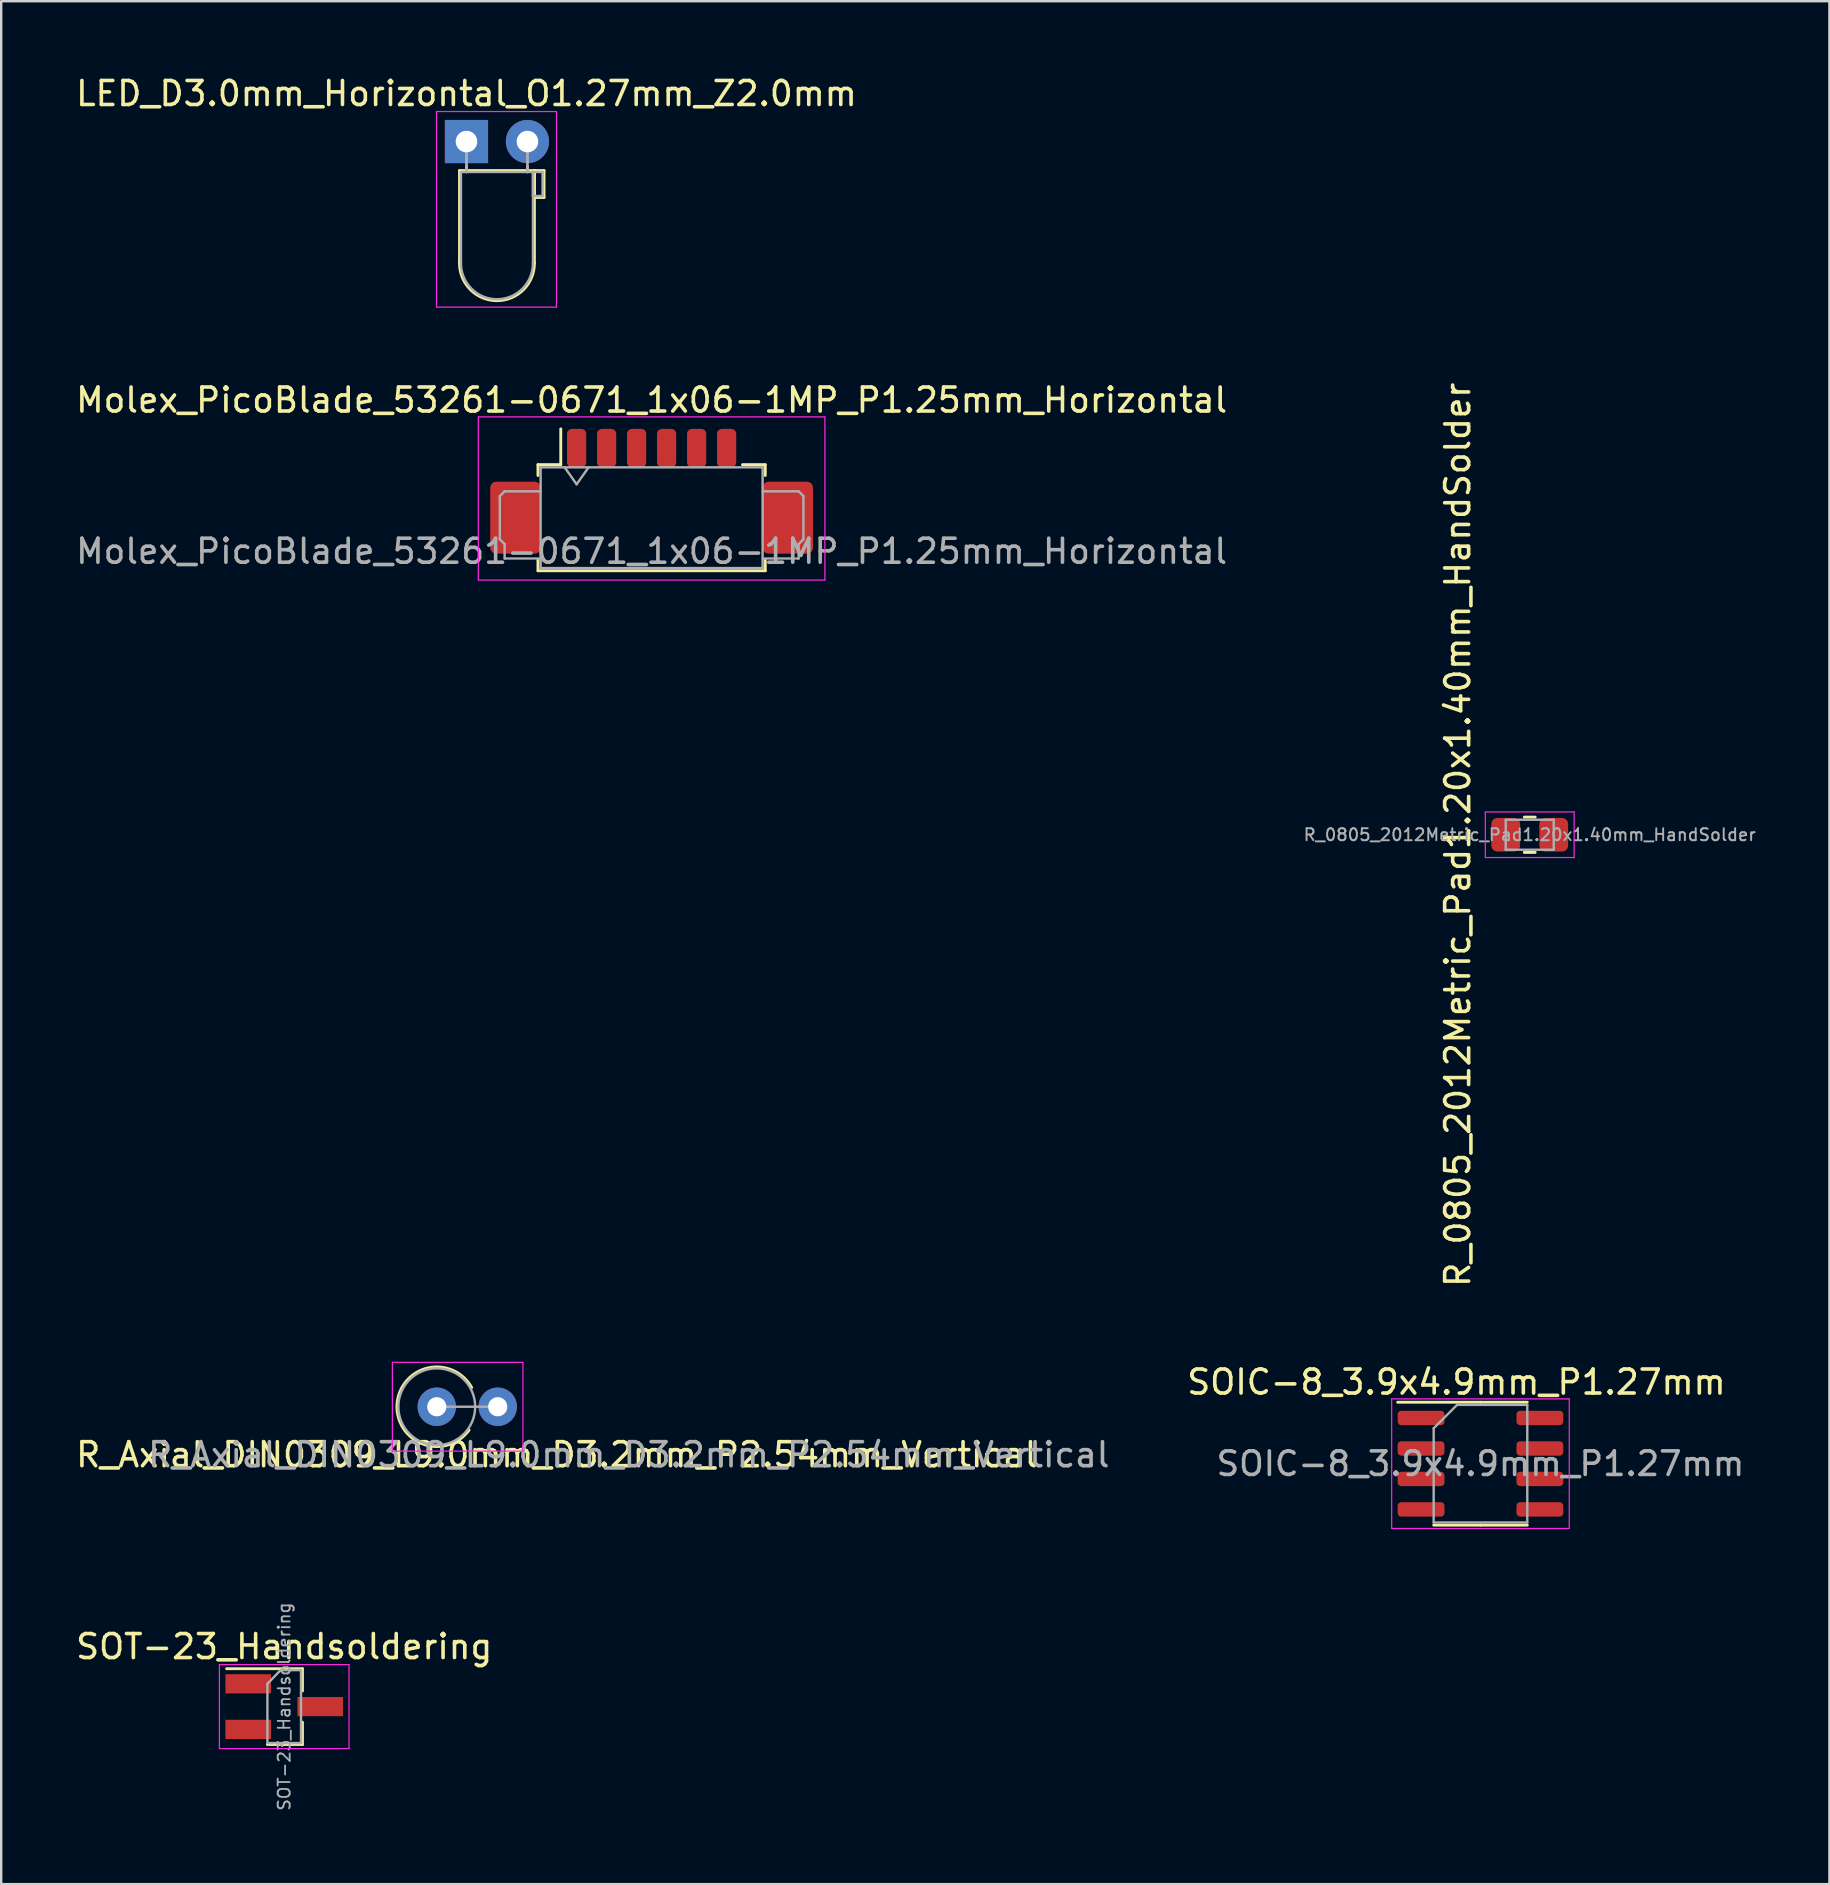
<source format=kicad_pcb>
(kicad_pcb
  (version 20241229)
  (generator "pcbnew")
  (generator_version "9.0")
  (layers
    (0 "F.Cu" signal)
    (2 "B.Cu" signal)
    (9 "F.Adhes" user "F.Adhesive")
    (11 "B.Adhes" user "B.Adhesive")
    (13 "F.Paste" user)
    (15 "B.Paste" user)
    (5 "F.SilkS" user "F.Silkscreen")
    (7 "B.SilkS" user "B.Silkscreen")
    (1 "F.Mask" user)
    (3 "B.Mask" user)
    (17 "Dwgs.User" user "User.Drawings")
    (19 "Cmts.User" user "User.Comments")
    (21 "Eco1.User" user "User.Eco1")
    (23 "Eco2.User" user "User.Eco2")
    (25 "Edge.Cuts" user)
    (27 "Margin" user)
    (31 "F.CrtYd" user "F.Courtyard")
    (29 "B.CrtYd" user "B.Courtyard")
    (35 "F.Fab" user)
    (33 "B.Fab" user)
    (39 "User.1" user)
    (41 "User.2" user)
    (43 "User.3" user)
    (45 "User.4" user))
  (footprint "LED_D3.0mm_Horizontal_O1.27mm_Z2.0mm"
    (layer "F.Cu")
    (at 16.387 2.848)
    (property "Reference" "LED_D3.0mm_Horizontal_O1.27mm_Z2.0mm" (at 0 -2 0) (layer "F.SilkS") (effects (font (size 1 1) (thickness 0.15))))
    (attr through_hole)
    (fp_line (start -0.29 1.21) (end -0.29 5.07) (stroke (width 0.12) (type solid)) (layer "F.SilkS"))
    (fp_line (start -0.29 1.21) (end 2.83 1.21) (stroke (width 0.12) (type solid)) (layer "F.SilkS"))
    (fp_line (start 0 1.08) (end 0 1.08) (stroke (width 0.12) (type solid)) (layer "F.SilkS"))
    (fp_line (start 0 1.08) (end 0 1.21) (stroke (width 0.12) (type solid)) (layer "F.SilkS"))
    (fp_line (start 0 1.21) (end 0 1.08) (stroke (width 0.12) (type solid)) (layer "F.SilkS"))
    (fp_line (start 0 1.21) (end 0 1.21) (stroke (width 0.12) (type solid)) (layer "F.SilkS"))
    (fp_line (start 2.54 1.08) (end 2.54 1.08) (stroke (width 0.12) (type solid)) (layer "F.SilkS"))
    (fp_line (start 2.54 1.08) (end 2.54 1.21) (stroke (width 0.12) (type solid)) (layer "F.SilkS"))
    (fp_line (start 2.54 1.21) (end 2.54 1.08) (stroke (width 0.12) (type solid)) (layer "F.SilkS"))
    (fp_line (start 2.54 1.21) (end 2.54 1.21) (stroke (width 0.12) (type solid)) (layer "F.SilkS"))
    (fp_line (start 2.83 1.21) (end 2.83 5.07) (stroke (width 0.12) (type solid)) (layer "F.SilkS"))
    (fp_line (start 2.83 1.21) (end 3.23 1.21) (stroke (width 0.12) (type solid)) (layer "F.SilkS"))
    (fp_line (start 2.83 2.33) (end 2.83 1.21) (stroke (width 0.12) (type solid)) (layer "F.SilkS"))
    (fp_line (start 3.23 1.21) (end 3.23 2.33) (stroke (width 0.12) (type solid)) (layer "F.SilkS"))
    (fp_line (start 3.23 2.33) (end 2.83 2.33) (stroke (width 0.12) (type solid)) (layer "F.SilkS"))
    (fp_arc (start 2.83 5.07) (mid 1.27 6.63) (end -0.29 5.07) (stroke (width 0.12) (type solid)) (layer "F.SilkS"))
    (fp_line (start -1.25 -1.25) (end -1.25 6.9) (stroke (width 0.05) (type solid)) (layer "F.CrtYd"))
    (fp_line (start -1.25 6.9) (end 3.75 6.9) (stroke (width 0.05) (type solid)) (layer "F.CrtYd"))
    (fp_line (start 3.75 -1.25) (end -1.25 -1.25) (stroke (width 0.05) (type solid)) (layer "F.CrtYd"))
    (fp_line (start 3.75 6.9) (end 3.75 -1.25) (stroke (width 0.05) (type solid)) (layer "F.CrtYd"))
    (fp_line (start -0.23 1.27) (end -0.23 5.07) (stroke (width 0.1) (type solid)) (layer "F.Fab"))
    (fp_line (start -0.23 1.27) (end 2.77 1.27) (stroke (width 0.1) (type solid)) (layer "F.Fab"))
    (fp_line (start 0 0) (end 0 0) (stroke (width 0.1) (type solid)) (layer "F.Fab"))
    (fp_line (start 0 0) (end 0 1.27) (stroke (width 0.1) (type solid)) (layer "F.Fab"))
    (fp_line (start 0 1.27) (end 0 0) (stroke (width 0.1) (type solid)) (layer "F.Fab"))
    (fp_line (start 0 1.27) (end 0 1.27) (stroke (width 0.1) (type solid)) (layer "F.Fab"))
    (fp_line (start 2.54 0) (end 2.54 0) (stroke (width 0.1) (type solid)) (layer "F.Fab"))
    (fp_line (start 2.54 0) (end 2.54 1.27) (stroke (width 0.1) (type solid)) (layer "F.Fab"))
    (fp_line (start 2.54 1.27) (end 2.54 0) (stroke (width 0.1) (type solid)) (layer "F.Fab"))
    (fp_line (start 2.54 1.27) (end 2.54 1.27) (stroke (width 0.1) (type solid)) (layer "F.Fab"))
    (fp_line (start 2.77 1.27) (end 2.77 5.07) (stroke (width 0.1) (type solid)) (layer "F.Fab"))
    (fp_line (start 2.77 1.27) (end 3.17 1.27) (stroke (width 0.1) (type solid)) (layer "F.Fab"))
    (fp_line (start 2.77 2.27) (end 2.77 1.27) (stroke (width 0.1) (type solid)) (layer "F.Fab"))
    (fp_line (start 3.17 1.27) (end 3.17 2.27) (stroke (width 0.1) (type solid)) (layer "F.Fab"))
    (fp_line (start 3.17 2.27) (end 2.77 2.27) (stroke (width 0.1) (type solid)) (layer "F.Fab"))
    (fp_arc (start 2.77 5.07) (mid 1.27 6.57) (end -0.23 5.07) (stroke (width 0.1) (type solid)) (layer "F.Fab"))
    (pad "1" thru_hole rect (at 0 0 180) (size 1.8 1.8) (drill 0.9) (layers "*.Cu" "*.Mask"))
    (pad "2" thru_hole circle (at 2.54 0 180) (size 1.8 1.8) (drill 0.9) (layers "*.Cu" "*.Mask")))
  (footprint "R_0805_2012Metric_Pad1.20x1.40mm_HandSolder"
    (layer "F.Cu")
    (at 60.689 31.732)
    (property "Reference" "R_0805_2012Metric_Pad1.20x1.40mm_HandSolder" (at -3 0 90) (layer "F.SilkS") (effects (font (size 1 1) (thickness 0.15))))
    (attr smd)
    (fp_line (start -0.227 -0.735) (end 0.227 -0.735) (stroke (width 0.12) (type solid)) (layer "F.SilkS"))
    (fp_line (start -0.227 0.735) (end 0.227 0.735) (stroke (width 0.12) (type solid)) (layer "F.SilkS"))
    (fp_line (start -1.85 -0.95) (end 1.85 -0.95) (stroke (width 0.05) (type solid)) (layer "F.CrtYd"))
    (fp_line (start -1.85 0.95) (end -1.85 -0.95) (stroke (width 0.05) (type solid)) (layer "F.CrtYd"))
    (fp_line (start 1.85 -0.95) (end 1.85 0.95) (stroke (width 0.05) (type solid)) (layer "F.CrtYd"))
    (fp_line (start 1.85 0.95) (end -1.85 0.95) (stroke (width 0.05) (type solid)) (layer "F.CrtYd"))
    (fp_line (start -1 -0.625) (end 1 -0.625) (stroke (width 0.1) (type solid)) (layer "F.Fab"))
    (fp_line (start -1 0.625) (end -1 -0.625) (stroke (width 0.1) (type solid)) (layer "F.Fab"))
    (fp_line (start 1 -0.625) (end 1 0.625) (stroke (width 0.1) (type solid)) (layer "F.Fab"))
    (fp_line (start 1 0.625) (end -1 0.625) (stroke (width 0.1) (type solid)) (layer "F.Fab"))
    (fp_text user "${REFERENCE}" (at 0 0 0) (layer "F.Fab") (effects (font (size 0.5 0.5) (thickness 0.08))))
    (pad "1" smd roundrect (at -1 0 180) (size 1.2 1.4) (layers "F.Cu" "F.Mask" "F.Paste") (roundrect_rratio 0.208))
    (pad "2" smd roundrect (at 1 0 180) (size 1.2 1.4) (layers "F.Cu" "F.Mask" "F.Paste") (roundrect_rratio 0.208)))
  (footprint "Molex_PicoBlade_53261-0671_1x06-1MP_P1.25mm_Horizontal"
    (layer "F.Cu")
    (at 24.101 18.021)
    (property "Reference" "Molex_PicoBlade_53261-0671_1x06-1MP_P1.25mm_Horizontal" (at 0 -4.4 0) (layer "F.SilkS") (effects (font (size 1 1) (thickness 0.15))))
    (attr smd)
    (fp_line (start -4.735 -1.71) (end -3.785 -1.71) (stroke (width 0.12) (type solid)) (layer "F.SilkS"))
    (fp_line (start -4.735 -1.26) (end -4.735 -1.71) (stroke (width 0.12) (type solid)) (layer "F.SilkS"))
    (fp_line (start -4.735 2.26) (end -4.735 2.71) (stroke (width 0.12) (type solid)) (layer "F.SilkS"))
    (fp_line (start -4.735 2.71) (end 4.735 2.71) (stroke (width 0.12) (type solid)) (layer "F.SilkS"))
    (fp_line (start -3.785 -1.71) (end -3.785 -3.2) (stroke (width 0.12) (type solid)) (layer "F.SilkS"))
    (fp_line (start 4.735 -1.71) (end 3.785 -1.71) (stroke (width 0.12) (type solid)) (layer "F.SilkS"))
    (fp_line (start 4.735 -1.26) (end 4.735 -1.71) (stroke (width 0.12) (type solid)) (layer "F.SilkS"))
    (fp_line (start 4.735 2.71) (end 4.735 2.26) (stroke (width 0.12) (type solid)) (layer "F.SilkS"))
    (fp_line (start -7.22 -3.7) (end -7.22 3.1) (stroke (width 0.05) (type solid)) (layer "F.CrtYd"))
    (fp_line (start -7.22 3.1) (end 7.22 3.1) (stroke (width 0.05) (type solid)) (layer "F.CrtYd"))
    (fp_line (start 7.22 -3.7) (end -7.22 -3.7) (stroke (width 0.05) (type solid)) (layer "F.CrtYd"))
    (fp_line (start 7.22 3.1) (end 7.22 -3.7) (stroke (width 0.05) (type solid)) (layer "F.CrtYd"))
    (fp_line (start -6.325 -0.4) (end -6.325 1.4) (stroke (width 0.1) (type solid)) (layer "F.Fab"))
    (fp_line (start -6.325 1.4) (end -6.125 1.6) (stroke (width 0.1) (type solid)) (layer "F.Fab"))
    (fp_line (start -6.125 -0.6) (end -6.325 -0.4) (stroke (width 0.1) (type solid)) (layer "F.Fab"))
    (fp_line (start -6.125 1.6) (end -6.125 2.2) (stroke (width 0.1) (type solid)) (layer "F.Fab"))
    (fp_line (start -6.125 2.2) (end -4.625 2.2) (stroke (width 0.1) (type solid)) (layer "F.Fab"))
    (fp_line (start -4.625 -1.6) (end -4.625 2.6) (stroke (width 0.1) (type solid)) (layer "F.Fab"))
    (fp_line (start -4.625 -1.6) (end 4.625 -1.6) (stroke (width 0.1) (type solid)) (layer "F.Fab"))
    (fp_line (start -4.625 -0.6) (end -6.125 -0.6) (stroke (width 0.1) (type solid)) (layer "F.Fab"))
    (fp_line (start -4.625 2.6) (end 4.625 2.6) (stroke (width 0.1) (type solid)) (layer "F.Fab"))
    (fp_line (start -3.625 -1.6) (end -3.125 -0.893) (stroke (width 0.1) (type solid)) (layer "F.Fab"))
    (fp_line (start -3.125 -0.893) (end -2.625 -1.6) (stroke (width 0.1) (type solid)) (layer "F.Fab"))
    (fp_line (start 4.625 -1.6) (end 4.625 2.6) (stroke (width 0.1) (type solid)) (layer "F.Fab"))
    (fp_line (start 4.625 -0.6) (end 6.125 -0.6) (stroke (width 0.1) (type solid)) (layer "F.Fab"))
    (fp_line (start 6.125 -0.6) (end 6.325 -0.4) (stroke (width 0.1) (type solid)) (layer "F.Fab"))
    (fp_line (start 6.125 1.6) (end 6.125 2.2) (stroke (width 0.1) (type solid)) (layer "F.Fab"))
    (fp_line (start 6.125 2.2) (end 4.625 2.2) (stroke (width 0.1) (type solid)) (layer "F.Fab"))
    (fp_line (start 6.325 -0.4) (end 6.325 1.4) (stroke (width 0.1) (type solid)) (layer "F.Fab"))
    (fp_line (start 6.325 1.4) (end 6.125 1.6) (stroke (width 0.1) (type solid)) (layer "F.Fab"))
    (fp_text user "${REFERENCE}" (at 0 1.9 0) (layer "F.Fab") (effects (font (size 1 1) (thickness 0.15))))
    (pad "1" smd roundrect (at -3.125 -2.4 180) (size 0.8 1.6) (layers "F.Cu" "F.Mask" "F.Paste") (roundrect_rratio 0.25))
    (pad "2" smd roundrect (at -1.875 -2.4 180) (size 0.8 1.6) (layers "F.Cu" "F.Mask" "F.Paste") (roundrect_rratio 0.25))
    (pad "3" smd roundrect (at -0.625 -2.4 180) (size 0.8 1.6) (layers "F.Cu" "F.Mask" "F.Paste") (roundrect_rratio 0.25))
    (pad "4" smd roundrect (at 0.625 -2.4 180) (size 0.8 1.6) (layers "F.Cu" "F.Mask" "F.Paste") (roundrect_rratio 0.25))
    (pad "5" smd roundrect (at 1.875 -2.4 180) (size 0.8 1.6) (layers "F.Cu" "F.Mask" "F.Paste") (roundrect_rratio 0.25))
    (pad "6" smd roundrect (at 3.125 -2.4 180) (size 0.8 1.6) (layers "F.Cu" "F.Mask" "F.Paste") (roundrect_rratio 0.25))
    (pad "MP" smd roundrect (at -5.675 0.5 180) (size 2.1 3) (layers "F.Cu" "F.Mask" "F.Paste") (roundrect_rratio 0.119))
    (pad "MP" smd roundrect (at 5.675 0.5 180) (size 2.1 3) (layers "F.Cu" "F.Mask" "F.Paste") (roundrect_rratio 0.119)))
  (footprint "SOT-23_Handsoldering"
    (layer "F.Cu")
    (at 8.792 68.059)
    (property "Reference" "SOT-23_Handsoldering" (at 0 -2.5 0) (layer "F.SilkS") (effects (font (size 1 1) (thickness 0.15))))
    (attr smd)
    (fp_line (start 0.76 -1.58) (end -2.4 -1.58) (stroke (width 0.12) (type solid)) (layer "F.SilkS"))
    (fp_line (start 0.76 -1.58) (end 0.76 -0.65) (stroke (width 0.12) (type solid)) (layer "F.SilkS"))
    (fp_line (start 0.76 1.58) (end -0.7 1.58) (stroke (width 0.12) (type solid)) (layer "F.SilkS"))
    (fp_line (start 0.76 1.58) (end 0.76 0.65) (stroke (width 0.12) (type solid)) (layer "F.SilkS"))
    (fp_line (start -2.7 -1.75) (end 2.7 -1.75) (stroke (width 0.05) (type solid)) (layer "F.CrtYd"))
    (fp_line (start -2.7 1.75) (end -2.7 -1.75) (stroke (width 0.05) (type solid)) (layer "F.CrtYd"))
    (fp_line (start 2.7 -1.75) (end 2.7 1.75) (stroke (width 0.05) (type solid)) (layer "F.CrtYd"))
    (fp_line (start 2.7 1.75) (end -2.7 1.75) (stroke (width 0.05) (type solid)) (layer "F.CrtYd"))
    (fp_line (start -0.7 -0.95) (end -0.7 1.5) (stroke (width 0.1) (type solid)) (layer "F.Fab"))
    (fp_line (start -0.7 -0.95) (end -0.15 -1.52) (stroke (width 0.1) (type solid)) (layer "F.Fab"))
    (fp_line (start -0.7 1.52) (end 0.7 1.52) (stroke (width 0.1) (type solid)) (layer "F.Fab"))
    (fp_line (start -0.15 -1.52) (end 0.7 -1.52) (stroke (width 0.1) (type solid)) (layer "F.Fab"))
    (fp_line (start 0.7 -1.52) (end 0.7 1.52) (stroke (width 0.1) (type solid)) (layer "F.Fab"))
    (fp_text user "${REFERENCE}" (at 0 0 90) (layer "F.Fab") (effects (font (size 0.5 0.5) (thickness 0.075))))
    (pad "1" smd rect (at -1.5 -0.95 180) (size 1.9 0.8) (layers "F.Cu" "F.Mask" "F.Paste"))
    (pad "2" smd rect (at -1.5 0.95 180) (size 1.9 0.8) (layers "F.Cu" "F.Mask" "F.Paste"))
    (pad "3" smd rect (at 1.5 0 180) (size 1.9 0.8) (layers "F.Cu" "F.Mask" "F.Paste")))
  (footprint "R_Axial_DIN0309_L9.0mm_D3.2mm_P2.54mm_Vertical"
    (layer "F.Cu")
    (at 15.149 55.565)
    (property "Reference" "R_Axial_DIN0309_L9.0mm_D3.2mm_P2.54mm_Vertical" (at 5 2 0) (layer "F.SilkS") (effects (font (size 1 1) (thickness 0.15))))
    (attr through_hole)
    (fp_arc (start 1.344775 0.97138) (mid -1.655812 -0.101418) (end 1.453272 -0.8) (stroke (width 0.12) (type solid)) (layer "F.SilkS"))
    (fp_line (start -1.85 -1.85) (end -1.85 1.85) (stroke (width 0.05) (type solid)) (layer "F.CrtYd"))
    (fp_line (start -1.85 1.85) (end 3.59 1.85) (stroke (width 0.05) (type solid)) (layer "F.CrtYd"))
    (fp_line (start 3.59 -1.85) (end -1.85 -1.85) (stroke (width 0.05) (type solid)) (layer "F.CrtYd"))
    (fp_line (start 3.59 1.85) (end 3.59 -1.85) (stroke (width 0.05) (type solid)) (layer "F.CrtYd"))
    (fp_line (start 0 0) (end 2.54 0) (stroke (width 0.1) (type solid)) (layer "F.Fab"))
    (fp_circle (center 0 0) (end 1.6 0) (stroke (width 0.1) (type solid)) (fill no) (layer "F.Fab"))
    (fp_text user "${REFERENCE}" (at 8 2 0) (layer "F.Fab") (effects (font (size 1 1) (thickness 0.15))))
    (pad "1" thru_hole circle (at 0 0 180) (size 1.6 1.6) (drill 0.8) (layers "*.Cu" "*.Mask"))
    (pad "2" thru_hole oval (at 2.54 0 180) (size 1.6 1.6) (drill 0.8) (layers "*.Cu" "*.Mask")))
  (footprint "SOIC-8_3.9x4.9mm_P1.27mm"
    (layer "F.Cu")
    (at 58.637 57.938)
    (property "Reference" "SOIC-8_3.9x4.9mm_P1.27mm" (at -1 -3.4 0) (layer "F.SilkS") (effects (font (size 1 1) (thickness 0.15))))
    (attr smd)
    (fp_line (start 0 -2.56) (end -3.45 -2.56) (stroke (width 0.12) (type solid)) (layer "F.SilkS"))
    (fp_line (start 0 -2.56) (end 1.95 -2.56) (stroke (width 0.12) (type solid)) (layer "F.SilkS"))
    (fp_line (start 0 2.56) (end -1.95 2.56) (stroke (width 0.12) (type solid)) (layer "F.SilkS"))
    (fp_line (start 0 2.56) (end 1.95 2.56) (stroke (width 0.12) (type solid)) (layer "F.SilkS"))
    (fp_line (start -3.7 -2.7) (end -3.7 2.7) (stroke (width 0.05) (type solid)) (layer "F.CrtYd"))
    (fp_line (start -3.7 2.7) (end 3.7 2.7) (stroke (width 0.05) (type solid)) (layer "F.CrtYd"))
    (fp_line (start 3.7 -2.7) (end -3.7 -2.7) (stroke (width 0.05) (type solid)) (layer "F.CrtYd"))
    (fp_line (start 3.7 2.7) (end 3.7 -2.7) (stroke (width 0.05) (type solid)) (layer "F.CrtYd"))
    (fp_line (start -1.95 -1.475) (end -0.975 -2.45) (stroke (width 0.1) (type solid)) (layer "F.Fab"))
    (fp_line (start -1.95 2.45) (end -1.95 -1.475) (stroke (width 0.1) (type solid)) (layer "F.Fab"))
    (fp_line (start -0.975 -2.45) (end 1.95 -2.45) (stroke (width 0.1) (type solid)) (layer "F.Fab"))
    (fp_line (start 1.95 -2.45) (end 1.95 2.45) (stroke (width 0.1) (type solid)) (layer "F.Fab"))
    (fp_line (start 1.95 2.45) (end -1.95 2.45) (stroke (width 0.1) (type solid)) (layer "F.Fab"))
    (fp_text user "${REFERENCE}" (at 0 0 0) (layer "F.Fab") (effects (font (size 0.98 0.98) (thickness 0.15))))
    (pad "1" smd roundrect (at -2.475 -1.905 180) (size 1.95 0.6) (layers "F.Cu" "F.Mask" "F.Paste") (roundrect_rratio 0.25))
    (pad "2" smd roundrect (at -2.475 -0.635 180) (size 1.95 0.6) (layers "F.Cu" "F.Mask" "F.Paste") (roundrect_rratio 0.25))
    (pad "3" smd roundrect (at -2.475 0.635 180) (size 1.95 0.6) (layers "F.Cu" "F.Mask" "F.Paste") (roundrect_rratio 0.25))
    (pad "4" smd roundrect (at -2.475 1.905 180) (size 1.95 0.6) (layers "F.Cu" "F.Mask" "F.Paste") (roundrect_rratio 0.25))
    (pad "5" smd roundrect (at 2.475 1.905 180) (size 1.95 0.6) (layers "F.Cu" "F.Mask" "F.Paste") (roundrect_rratio 0.25))
    (pad "6" smd roundrect (at 2.475 0.635 180) (size 1.95 0.6) (layers "F.Cu" "F.Mask" "F.Paste") (roundrect_rratio 0.25))
    (pad "7" smd roundrect (at 2.475 -0.635 180) (size 1.95 0.6) (layers "F.Cu" "F.Mask" "F.Paste") (roundrect_rratio 0.25))
    (pad "8" smd roundrect (at 2.475 -1.905 180) (size 1.95 0.6) (layers "F.Cu" "F.Mask" "F.Paste") (roundrect_rratio 0.25)))
  (gr_rect
    (start -3 -3)
    (end 73.176 75.455)
    (stroke (width 0.1) (type default))
    (fill no)
    (layer "Edge.Cuts")))
</source>
